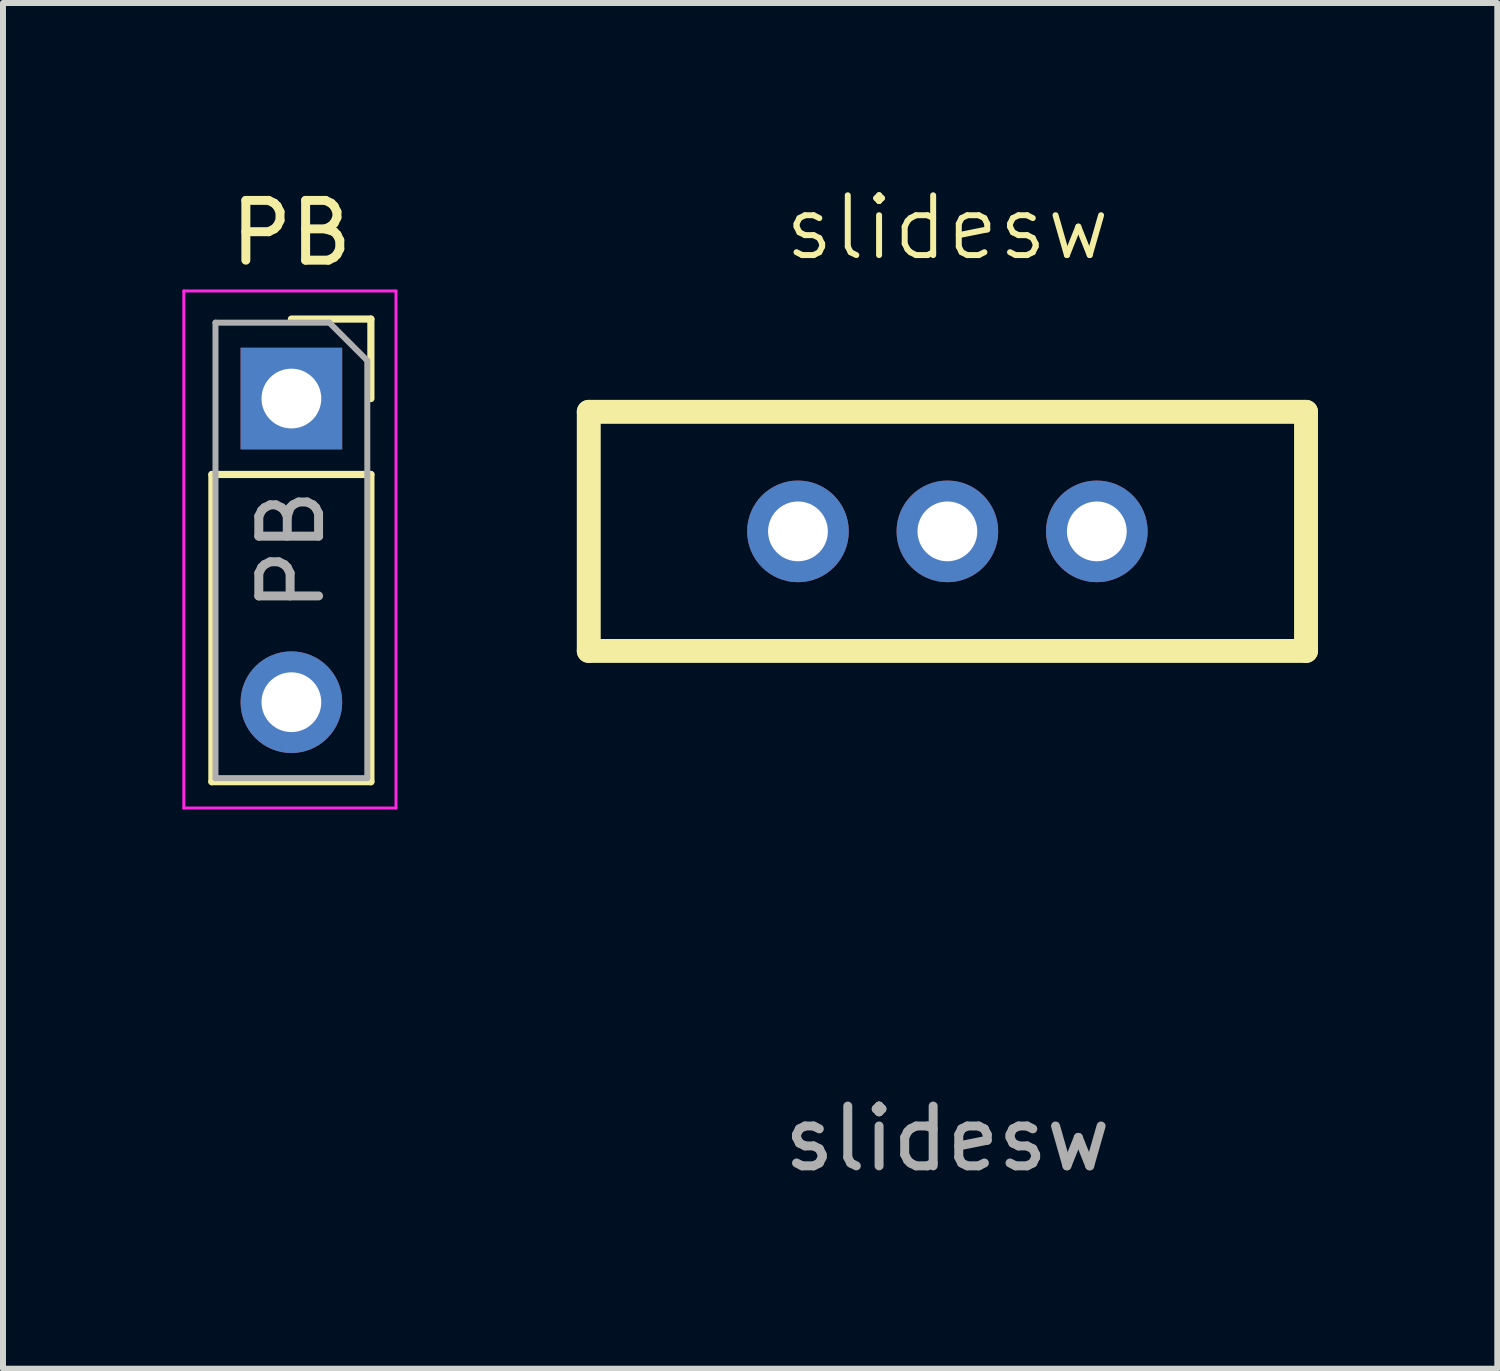
<source format=kicad_pcb>
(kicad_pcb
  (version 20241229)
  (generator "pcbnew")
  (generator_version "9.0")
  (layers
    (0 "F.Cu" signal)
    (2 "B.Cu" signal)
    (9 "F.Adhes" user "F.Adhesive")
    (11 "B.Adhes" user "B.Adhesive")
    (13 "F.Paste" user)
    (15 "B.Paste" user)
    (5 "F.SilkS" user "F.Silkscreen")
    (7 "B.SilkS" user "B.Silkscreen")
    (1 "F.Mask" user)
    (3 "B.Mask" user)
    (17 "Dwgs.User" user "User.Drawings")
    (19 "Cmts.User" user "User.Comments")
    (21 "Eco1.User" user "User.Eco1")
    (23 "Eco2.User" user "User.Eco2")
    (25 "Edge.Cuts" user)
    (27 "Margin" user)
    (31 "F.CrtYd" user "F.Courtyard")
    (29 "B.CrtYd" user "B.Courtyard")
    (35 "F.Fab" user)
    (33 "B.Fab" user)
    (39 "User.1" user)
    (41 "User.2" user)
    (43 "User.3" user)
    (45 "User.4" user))
  (footprint "slidesw"
    (layer "F.Cu")
    (at 12.8 5.84)
    (property "Reference" "slidesw" (at 0 -5.08 0) (unlocked yes) (layer "F.SilkS") (effects (font (size 1 1) (thickness 0.1))))
    (attr through_hole)
    (fp_line (start -6 -2) (end -6 2) (stroke (width 0.4) (type default)) (layer "F.SilkS"))
    (fp_line (start -6 2) (end 6 2) (stroke (width 0.4) (type default)) (layer "F.SilkS"))
    (fp_line (start 6 -2) (end -6 -2) (stroke (width 0.4) (type default)) (layer "F.SilkS"))
    (fp_line (start 6 2) (end 6 -2) (stroke (width 0.4) (type default)) (layer "F.SilkS"))
    (fp_text user "${REFERENCE}" (at 0 10.16 0) (unlocked yes) (layer "F.Fab") (effects (font (size 1 1) (thickness 0.15))))
    (pad "1" thru_hole circle (at 0 0) (size 1.7 1.7) (drill 1) (layers "*.Cu" "*.Mask"))
    (pad "2" thru_hole circle (at -2.5 0) (size 1.7 1.7) (drill 1) (layers "*.Cu" "*.Mask"))
    (pad "3" thru_hole circle (at 2.5 0) (size 1.7 1.7) (drill 1) (layers "*.Cu" "*.Mask")))
  (footprint "PB"
    (layer "F.Cu")
    (at 1.825 3.618)
    (property "Reference" "PB" (at 0 -2.77 0) (layer "F.SilkS") (effects (font (size 1 1) (thickness 0.15))))
    (attr through_hole)
    (fp_line (start -1.33 1.27) (end -1.33 6.41) (stroke (width 0.12) (type solid)) (layer "F.SilkS"))
    (fp_line (start -1.33 1.27) (end 1.33 1.27) (stroke (width 0.12) (type solid)) (layer "F.SilkS"))
    (fp_line (start -1.33 6.41) (end 1.33 6.41) (stroke (width 0.12) (type solid)) (layer "F.SilkS"))
    (fp_line (start 0 -1.33) (end 1.33 -1.33) (stroke (width 0.12) (type solid)) (layer "F.SilkS"))
    (fp_line (start 1.33 -1.33) (end 1.33 0) (stroke (width 0.12) (type solid)) (layer "F.SilkS"))
    (fp_line (start 1.33 1.27) (end 1.33 6.41) (stroke (width 0.12) (type solid)) (layer "F.SilkS"))
    (fp_line (start -1.8 -1.8) (end 1.75 -1.8) (stroke (width 0.05) (type solid)) (layer "F.CrtYd"))
    (fp_line (start -1.8 6.85) (end -1.8 -1.8) (stroke (width 0.05) (type solid)) (layer "F.CrtYd"))
    (fp_line (start 1.75 -1.8) (end 1.75 6.85) (stroke (width 0.05) (type solid)) (layer "F.CrtYd"))
    (fp_line (start 1.75 6.85) (end -1.8 6.85) (stroke (width 0.05) (type solid)) (layer "F.CrtYd"))
    (fp_line (start -1.27 -1.27) (end 0.635 -1.27) (stroke (width 0.1) (type solid)) (layer "F.Fab"))
    (fp_line (start -1.27 6.35) (end -1.27 -1.27) (stroke (width 0.1) (type solid)) (layer "F.Fab"))
    (fp_line (start 0.635 -1.27) (end 1.27 -0.635) (stroke (width 0.1) (type solid)) (layer "F.Fab"))
    (fp_line (start 1.27 -0.635) (end 1.27 6.35) (stroke (width 0.1) (type solid)) (layer "F.Fab"))
    (fp_line (start 1.27 6.35) (end -1.27 6.35) (stroke (width 0.1) (type solid)) (layer "F.Fab"))
    (fp_text user "${REFERENCE}" (at 0 2.54 90) (layer "F.Fab") (effects (font (size 1 1) (thickness 0.15))))
    (pad "1" thru_hole rect (at 0 0) (size 1.7 1.7) (drill 1) (layers "*.Cu" "*.Mask"))
    (pad "2" thru_hole oval (at 0 5.08) (size 1.7 1.7) (drill 1) (layers "*.Cu" "*.Mask")))
  (gr_rect
    (start -3 -3)
    (end 22 19.849)
    (stroke (width 0.1) (type default))
    (fill no)
    (layer "Edge.Cuts")))
</source>
